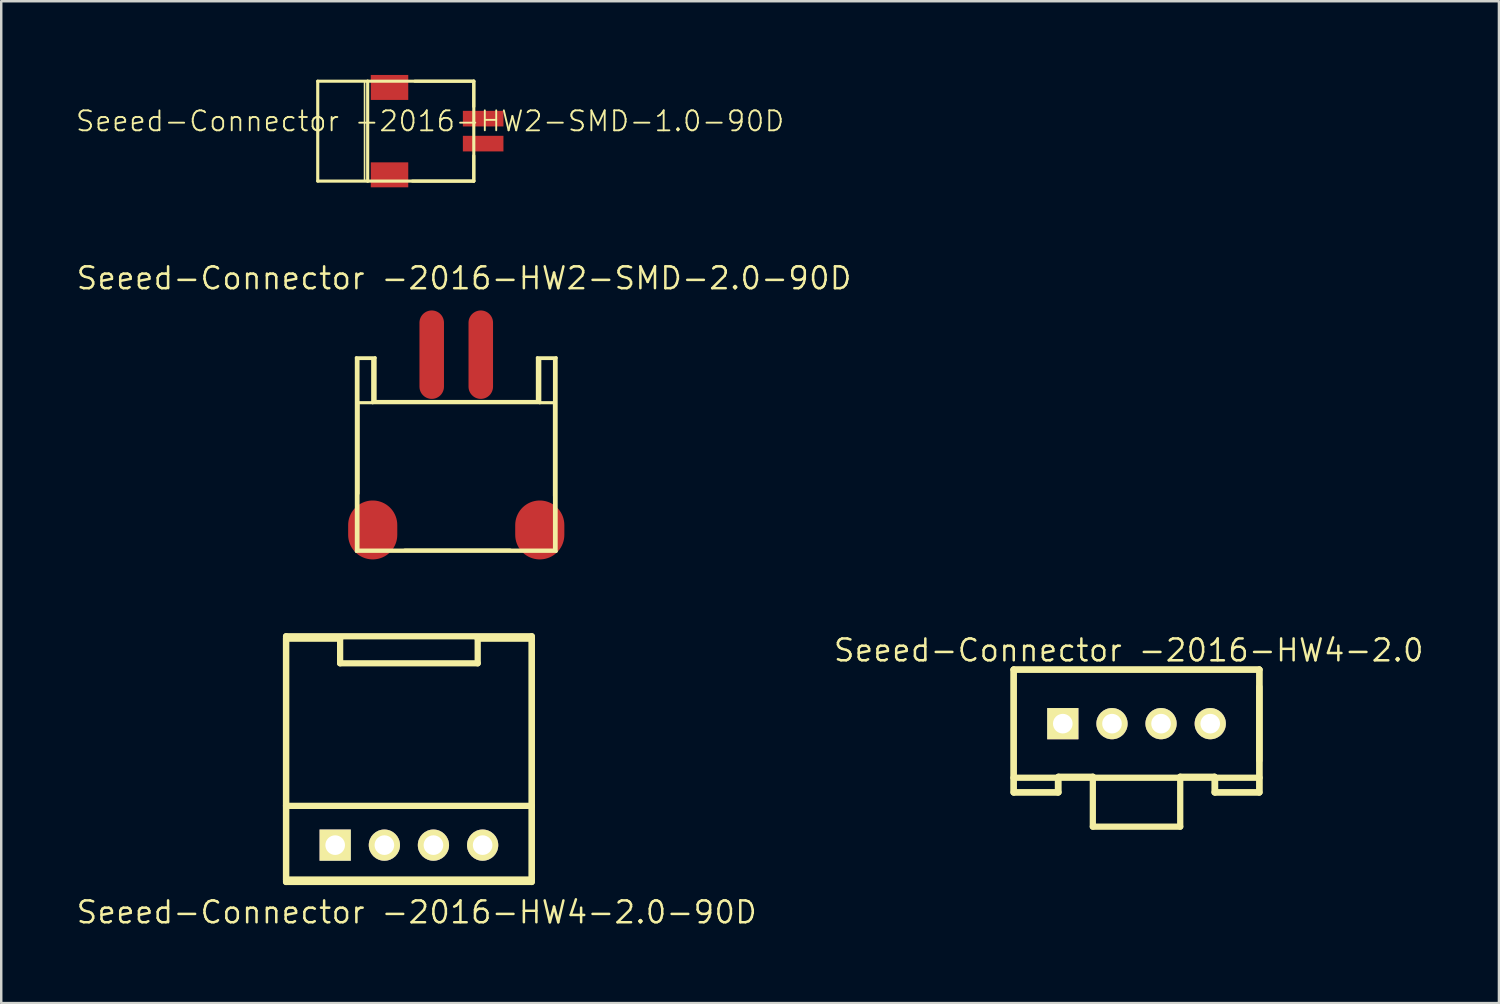
<source format=kicad_pcb>
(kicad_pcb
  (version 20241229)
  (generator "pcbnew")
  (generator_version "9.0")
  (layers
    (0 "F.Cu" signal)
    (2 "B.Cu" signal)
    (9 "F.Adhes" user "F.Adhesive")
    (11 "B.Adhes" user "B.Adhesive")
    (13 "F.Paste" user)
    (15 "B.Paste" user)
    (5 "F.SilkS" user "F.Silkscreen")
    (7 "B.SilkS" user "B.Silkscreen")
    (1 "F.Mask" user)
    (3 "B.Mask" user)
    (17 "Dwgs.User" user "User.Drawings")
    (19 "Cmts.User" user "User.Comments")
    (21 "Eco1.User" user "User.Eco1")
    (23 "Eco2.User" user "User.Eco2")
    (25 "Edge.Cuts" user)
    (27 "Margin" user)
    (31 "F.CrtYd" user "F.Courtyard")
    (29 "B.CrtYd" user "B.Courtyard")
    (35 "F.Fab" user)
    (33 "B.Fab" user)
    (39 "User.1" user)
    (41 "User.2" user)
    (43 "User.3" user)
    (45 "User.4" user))
  (footprint "Seeed-Connector -2016-HW4-2.0-90D"
    (layer "F.Cu")
    (at 13.589 31.339)
    (property "Reference" "Seeed-Connector -2016-HW4-2.0-90D" (at 0.318 2.731 0) (layer "F.SilkS") (effects (font (size 0.889 0.889) (thickness 0.102))))
    (attr exclude_from_pos_files exclude_from_bom)
    (fp_line (start -4.999 -8.499) (end 4.999 -8.499) (stroke (width 0.254) (type solid)) (layer "F.SilkS"))
    (fp_line (start -4.999 -8.4) (end -4.999 -1.598) (stroke (width 0.254) (type solid)) (layer "F.SilkS"))
    (fp_line (start -4.999 -8.4) (end -2.799 -8.4) (stroke (width 0.254) (type solid)) (layer "F.SilkS"))
    (fp_line (start -4.999 -1.598) (end -4.999 1.499) (stroke (width 0.254) (type solid)) (layer "F.SilkS"))
    (fp_line (start -4.999 -1.598) (end 4.999 -1.598) (stroke (width 0.254) (type solid)) (layer "F.SilkS"))
    (fp_line (start -4.999 -0.998) (end -4.999 0.998) (stroke (width 0.127) (type solid)) (layer "F.SilkS"))
    (fp_line (start -4.999 1.4) (end -4.999 -8.499) (stroke (width 0.254) (type solid)) (layer "F.SilkS"))
    (fp_line (start -4.999 1.499) (end 4.999 1.499) (stroke (width 0.254) (type solid)) (layer "F.SilkS"))
    (fp_line (start -2.799 -8.4) (end -2.799 -7.399) (stroke (width 0.254) (type solid)) (layer "F.SilkS"))
    (fp_line (start -2.799 -7.399) (end 2.799 -7.399) (stroke (width 0.254) (type solid)) (layer "F.SilkS"))
    (fp_line (start 2.799 -8.4) (end 4.999 -8.4) (stroke (width 0.254) (type solid)) (layer "F.SilkS"))
    (fp_line (start 2.799 -7.399) (end 2.799 -8.4) (stroke (width 0.254) (type solid)) (layer "F.SilkS"))
    (fp_line (start 4.999 -8.499) (end 4.999 1.4) (stroke (width 0.254) (type solid)) (layer "F.SilkS"))
    (fp_line (start 4.999 -1.598) (end 4.999 -8.4) (stroke (width 0.254) (type solid)) (layer "F.SilkS"))
    (fp_line (start 4.999 -1.598) (end 4.999 1.499) (stroke (width 0.254) (type solid)) (layer "F.SilkS"))
    (fp_line (start 4.999 1.4) (end -4.999 1.4) (stroke (width 0.254) (type solid)) (layer "F.SilkS"))
    (pad "1" thru_hole rect (at -3 0) (size 1.27 1.27) (drill 0.798) (layers "*.Cu" "F.Mask" "F.SilkS" "F.Paste"))
    (pad "2" thru_hole circle (at -0.998 0) (size 1.27 1.27) (drill 0.798) (layers "*.Cu" "F.Mask" "F.SilkS" "F.Paste"))
    (pad "3" thru_hole circle (at 0.998 0) (size 1.27 1.27) (drill 0.798) (layers "*.Cu" "F.Mask" "F.SilkS" "F.Paste"))
    (pad "4" thru_hole circle (at 3 0) (size 1.27 1.27) (drill 0.798) (layers "*.Cu" "F.Mask" "F.SilkS" "F.Paste")))
  (footprint "Seeed-Connector -2016-HW4-2.0"
    (layer "F.Cu")
    (at 43.196 26.396)
    (property "Reference" "Seeed-Connector -2016-HW4-2.0" (at -0.318 -2.985 0) (layer "F.SilkS") (effects (font (size 0.889 0.889) (thickness 0.102))))
    (attr exclude_from_pos_files exclude_from_bom)
    (fp_line (start -4.999 -2.2) (end -4.999 2.2) (stroke (width 0.254) (type solid)) (layer "F.SilkS"))
    (fp_line (start -4.999 -2.2) (end 4.999 -2.2) (stroke (width 0.254) (type solid)) (layer "F.SilkS"))
    (fp_line (start -4.999 -2.2) (end 4.999 -2.2) (stroke (width 0.254) (type solid)) (layer "F.SilkS"))
    (fp_line (start -4.999 -0.998) (end -4.999 0.998) (stroke (width 0.127) (type solid)) (layer "F.SilkS"))
    (fp_line (start -4.999 2.2) (end -4.999 2.799) (stroke (width 0.254) (type solid)) (layer "F.SilkS"))
    (fp_line (start -4.999 2.2) (end -3.198 2.2) (stroke (width 0.254) (type solid)) (layer "F.SilkS"))
    (fp_line (start -4.999 2.799) (end -4.999 -2.2) (stroke (width 0.254) (type solid)) (layer "F.SilkS"))
    (fp_line (start -4.999 2.799) (end -3.198 2.799) (stroke (width 0.254) (type solid)) (layer "F.SilkS"))
    (fp_line (start -4.953 2.794) (end -3.175 2.794) (stroke (width 0.254) (type solid)) (layer "F.SilkS"))
    (fp_line (start -3.198 2.2) (end 3.198 2.2) (stroke (width 0.254) (type solid)) (layer "F.SilkS"))
    (fp_line (start -3.198 2.799) (end -3.198 2.2) (stroke (width 0.254) (type solid)) (layer "F.SilkS"))
    (fp_line (start -3.175 2.159) (end -1.778 2.159) (stroke (width 0.254) (type solid)) (layer "F.SilkS"))
    (fp_line (start -3.175 2.794) (end -3.175 2.159) (stroke (width 0.254) (type solid)) (layer "F.SilkS"))
    (fp_line (start -1.778 2.159) (end -1.778 4.191) (stroke (width 0.254) (type solid)) (layer "F.SilkS"))
    (fp_line (start -1.778 4.191) (end 1.778 4.191) (stroke (width 0.254) (type solid)) (layer "F.SilkS"))
    (fp_line (start 1.778 2.159) (end 3.175 2.159) (stroke (width 0.254) (type solid)) (layer "F.SilkS"))
    (fp_line (start 1.778 4.191) (end 1.778 2.159) (stroke (width 0.254) (type solid)) (layer "F.SilkS"))
    (fp_line (start 3.175 2.159) (end 3.175 2.794) (stroke (width 0.254) (type solid)) (layer "F.SilkS"))
    (fp_line (start 3.175 2.794) (end 4.953 2.794) (stroke (width 0.254) (type solid)) (layer "F.SilkS"))
    (fp_line (start 3.198 2.2) (end 3.198 2.799) (stroke (width 0.254) (type solid)) (layer "F.SilkS"))
    (fp_line (start 3.198 2.2) (end 4.999 2.2) (stroke (width 0.254) (type solid)) (layer "F.SilkS"))
    (fp_line (start 3.198 2.799) (end 4.999 2.799) (stroke (width 0.254) (type solid)) (layer "F.SilkS"))
    (fp_line (start 4.999 -2.2) (end 4.999 2.799) (stroke (width 0.254) (type solid)) (layer "F.SilkS"))
    (fp_line (start 4.999 -1.499) (end 4.999 1.499) (stroke (width 0.254) (type solid)) (layer "F.SilkS"))
    (fp_line (start 4.999 2.2) (end 4.999 -2.2) (stroke (width 0.254) (type solid)) (layer "F.SilkS"))
    (fp_line (start 4.999 2.799) (end 4.999 2.2) (stroke (width 0.254) (type solid)) (layer "F.SilkS"))
    (pad "1" thru_hole rect (at -3 0) (size 1.27 1.27) (drill 0.798) (layers "*.Cu" "F.Mask" "F.SilkS" "F.Paste"))
    (pad "2" thru_hole circle (at -0.998 0) (size 1.27 1.27) (drill 0.798) (layers "*.Cu" "F.Mask" "F.SilkS" "F.Paste"))
    (pad "3" thru_hole circle (at 0.998 0) (size 1.27 1.27) (drill 0.798) (layers "*.Cu" "F.Mask" "F.SilkS" "F.Paste"))
    (pad "4" thru_hole circle (at 3 0) (size 1.27 1.27) (drill 0.798) (layers "*.Cu" "F.Mask" "F.SilkS" "F.Paste")))
  (footprint "Seeed-Connector -2016-HW2-SMD-1.0-90D"
    (layer "F.Cu")
    (at 16.229 2.286)
    (property "Reference" "Seeed-Connector -2016-HW2-SMD-1.0-90D" (at -1.778 -0.406 0) (layer "F.SilkS") (effects (font (size 0.813 0.813) (thickness 0.076))))
    (attr smd)
    (fp_line (start -6.35 -2.032) (end -6.35 2.032) (stroke (width 0.127) (type solid)) (layer "F.SilkS"))
    (fp_line (start -6.35 2.032) (end -4.318 2.032) (stroke (width 0.127) (type solid)) (layer "F.SilkS"))
    (fp_line (start -4.445 -2.032) (end 0 -2.032) (stroke (width 0.066) (type solid)) (layer "F.SilkS"))
    (fp_line (start -4.445 2.032) (end -4.445 -2.032) (stroke (width 0.066) (type solid)) (layer "F.SilkS"))
    (fp_line (start -4.445 2.032) (end 0 2.032) (stroke (width 0.066) (type solid)) (layer "F.SilkS"))
    (fp_line (start -4.318 -2.032) (end -6.35 -2.032) (stroke (width 0.127) (type solid)) (layer "F.SilkS"))
    (fp_line (start -4.318 -2.032) (end 0 -2.032) (stroke (width 0.127) (type solid)) (layer "F.SilkS"))
    (fp_line (start -4.318 2.032) (end -4.318 -2.032) (stroke (width 0.127) (type solid)) (layer "F.SilkS"))
    (fp_line (start -2.499 2.032) (end 0 2.032) (stroke (width 0.127) (type solid)) (layer "F.SilkS"))
    (fp_line (start -2.398 -2.032) (end 0 -2.032) (stroke (width 0.127) (type solid)) (layer "F.SilkS"))
    (fp_line (start 0 -2.032) (end 0 -0.998) (stroke (width 0.127) (type solid)) (layer "F.SilkS"))
    (fp_line (start 0 -2.032) (end 0 2.032) (stroke (width 0.127) (type solid)) (layer "F.SilkS"))
    (fp_line (start 0 2.032) (end -4.318 2.032) (stroke (width 0.127) (type solid)) (layer "F.SilkS"))
    (fp_line (start 0 2.032) (end 0 -2.032) (stroke (width 0.066) (type solid)) (layer "F.SilkS"))
    (fp_line (start 0 2.032) (end 0 0.998) (stroke (width 0.127) (type solid)) (layer "F.SilkS"))
    (pad "+" smd rect (at 0.381 -0.508) (size 1.651 0.635) (layers "F.Cu" "F.Mask" "F.Paste"))
    (pad "-" smd rect (at 0.381 0.508) (size 1.651 0.635) (layers "F.Cu" "F.Mask" "F.Paste"))
    (pad "3" smd rect (at -3.429 -1.778) (size 1.524 1.016) (layers "F.Cu" "F.Mask" "F.Paste"))
    (pad "4" smd rect (at -3.429 1.778) (size 1.524 1.016) (layers "F.Cu" "F.Mask" "F.Paste")))
  (footprint "Seeed-Connector -2016-HW2-SMD-2.0-90D"
    (layer "F.Cu")
    (at 15.515 16.335)
    (property "Reference" "Seeed-Connector -2016-HW2-SMD-2.0-90D" (at 0.318 -8.065 0) (layer "F.SilkS") (effects (font (size 0.889 0.889) (thickness 0.102))))
    (attr smd)
    (fp_line (start -4.064 -4.826) (end -3.302 -4.826) (stroke (width 0.127) (type solid)) (layer "F.SilkS"))
    (fp_line (start -4.064 3.048) (end -4.064 -4.826) (stroke (width 0.127) (type solid)) (layer "F.SilkS"))
    (fp_line (start -3.998 -4.798) (end -3.399 -4.798) (stroke (width 0.127) (type solid)) (layer "F.SilkS"))
    (fp_line (start -3.998 -3) (end -3.998 -4.798) (stroke (width 0.127) (type solid)) (layer "F.SilkS"))
    (fp_line (start -3.998 -3) (end -3.998 0.699) (stroke (width 0.127) (type solid)) (layer "F.SilkS"))
    (fp_line (start -3.998 -3) (end -3.399 -3) (stroke (width 0.127) (type solid)) (layer "F.SilkS"))
    (fp_line (start -3.998 3) (end -3.998 -3) (stroke (width 0.127) (type solid)) (layer "F.SilkS"))
    (fp_line (start -3.399 -4.798) (end -3.399 -3) (stroke (width 0.127) (type solid)) (layer "F.SilkS"))
    (fp_line (start -3.399 -3) (end 3.399 -3) (stroke (width 0.127) (type solid)) (layer "F.SilkS"))
    (fp_line (start -3.302 -4.826) (end -3.302 -3.048) (stroke (width 0.127) (type solid)) (layer "F.SilkS"))
    (fp_line (start -3.302 -3.048) (end 3.302 -3.048) (stroke (width 0.127) (type solid)) (layer "F.SilkS"))
    (fp_line (start -2.098 3) (end 2.2 3) (stroke (width 0.127) (type solid)) (layer "F.SilkS"))
    (fp_line (start 3.302 -4.826) (end 4.064 -4.826) (stroke (width 0.127) (type solid)) (layer "F.SilkS"))
    (fp_line (start 3.302 -3.048) (end 3.302 -4.826) (stroke (width 0.127) (type solid)) (layer "F.SilkS"))
    (fp_line (start 3.399 -4.798) (end 3.998 -4.798) (stroke (width 0.127) (type solid)) (layer "F.SilkS"))
    (fp_line (start 3.399 -3) (end 3.399 -4.798) (stroke (width 0.127) (type solid)) (layer "F.SilkS"))
    (fp_line (start 3.399 -3) (end 3.998 -3) (stroke (width 0.127) (type solid)) (layer "F.SilkS"))
    (fp_line (start 3.998 -4.798) (end 3.998 -3) (stroke (width 0.127) (type solid)) (layer "F.SilkS"))
    (fp_line (start 3.998 -3) (end 3.998 0.798) (stroke (width 0.127) (type solid)) (layer "F.SilkS"))
    (fp_line (start 3.998 -3) (end 3.998 3) (stroke (width 0.127) (type solid)) (layer "F.SilkS"))
    (fp_line (start 3.998 3) (end -3.998 3) (stroke (width 0.127) (type solid)) (layer "F.SilkS"))
    (fp_line (start 4.064 -4.826) (end 4.064 3.048) (stroke (width 0.127) (type solid)) (layer "F.SilkS"))
    (fp_line (start 4.064 3.048) (end -4.064 3.048) (stroke (width 0.127) (type solid)) (layer "F.SilkS"))
    (pad "+" smd oval (at -0.998 -4.953 90) (size 3.599 0.998) (layers "F.Cu" "F.Mask" "F.Paste"))
    (pad "-" smd oval (at 0.998 -4.953 90) (size 3.599 0.998) (layers "F.Cu" "F.Mask" "F.Paste"))
    (pad "3" smd oval (at 3.399 2.179 90) (size 2.398 1.999) (layers "F.Cu" "F.Mask" "F.Paste"))
    (pad "4" smd oval (at -3.399 2.179 90) (size 2.398 1.999) (layers "F.Cu" "F.Mask" "F.Paste")))
  (gr_rect
    (start -3 -3)
    (end 57.943 37.768)
    (stroke (width 0.1) (type default))
    (fill no)
    (layer "Edge.Cuts")))
</source>
